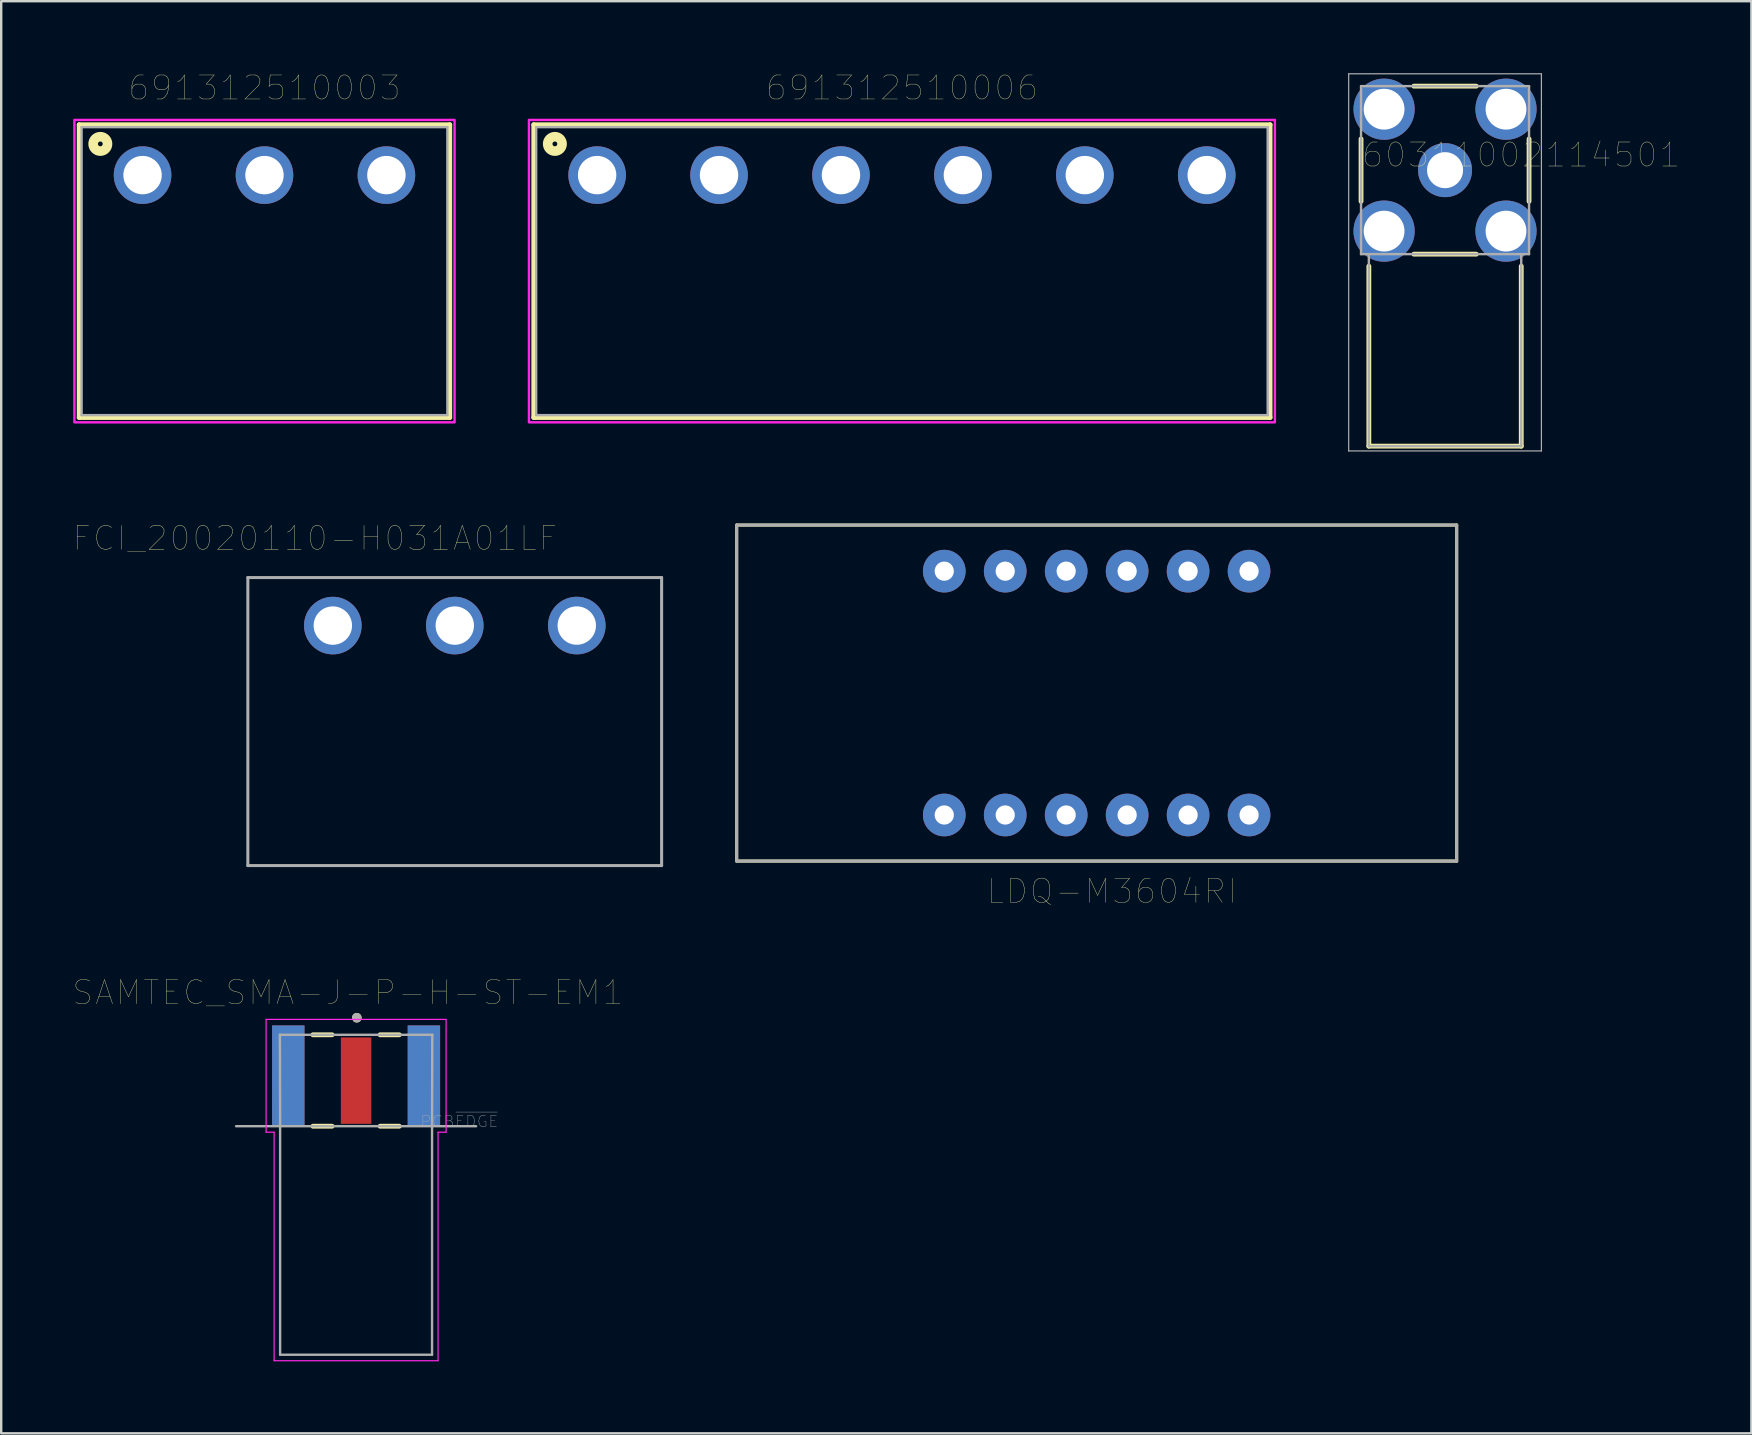
<source format=kicad_pcb>
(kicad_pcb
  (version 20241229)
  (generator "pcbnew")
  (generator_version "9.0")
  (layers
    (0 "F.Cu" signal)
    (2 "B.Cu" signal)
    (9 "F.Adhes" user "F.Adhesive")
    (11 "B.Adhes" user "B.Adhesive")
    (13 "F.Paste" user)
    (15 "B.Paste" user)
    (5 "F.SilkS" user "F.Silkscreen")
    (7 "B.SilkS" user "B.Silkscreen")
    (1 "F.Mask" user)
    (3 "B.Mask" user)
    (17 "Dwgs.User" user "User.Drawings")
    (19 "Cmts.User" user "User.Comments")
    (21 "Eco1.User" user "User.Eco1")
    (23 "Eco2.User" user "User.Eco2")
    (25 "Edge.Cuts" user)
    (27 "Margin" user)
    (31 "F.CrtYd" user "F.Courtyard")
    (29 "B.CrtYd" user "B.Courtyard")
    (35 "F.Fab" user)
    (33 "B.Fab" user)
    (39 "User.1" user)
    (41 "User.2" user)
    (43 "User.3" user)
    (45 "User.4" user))
  (footprint "LDQ-M3604RI"
    (layer "F.Cu")
    (at 42.644 25.828)
    (property "Reference" "LDQ-M3604RI" (at 0.635 8.255 0) (layer "F.SilkS") (effects (font (size 1 1) (thickness 0.015))))
    (attr through_hole)
    (fp_line (start -15 -7) (end -15 7) (stroke (width 0.127) (type solid)) (layer "F.SilkS"))
    (fp_line (start -15 -7) (end 15 -7) (stroke (width 0.127) (type solid)) (layer "F.SilkS"))
    (fp_line (start -15 7) (end 15 7) (stroke (width 0.127) (type solid)) (layer "F.SilkS"))
    (fp_line (start 15 -7) (end 15 7) (stroke (width 0.127) (type solid)) (layer "F.SilkS"))
    (fp_line (start -15 -7) (end -15 7) (stroke (width 0.127) (type solid)) (layer "F.Fab"))
    (fp_line (start -15 -7) (end 15 -7) (stroke (width 0.127) (type solid)) (layer "F.Fab"))
    (fp_line (start -15 7) (end 15 7) (stroke (width 0.127) (type solid)) (layer "F.Fab"))
    (fp_line (start 15 -7) (end 15 7) (stroke (width 0.127) (type solid)) (layer "F.Fab"))
    (pad "1" thru_hole circle (at -6.35 5.08) (size 1.778 1.778) (drill 0.8) (layers "*.Cu" "*.Mask"))
    (pad "2" thru_hole circle (at -3.81 5.08) (size 1.778 1.778) (drill 0.8) (layers "*.Cu" "*.Mask"))
    (pad "3" thru_hole circle (at -1.27 5.08) (size 1.778 1.778) (drill 0.8) (layers "*.Cu" "*.Mask"))
    (pad "4" thru_hole circle (at 1.27 5.08) (size 1.778 1.778) (drill 0.8) (layers "*.Cu" "*.Mask"))
    (pad "5" thru_hole circle (at 3.81 5.08) (size 1.778 1.778) (drill 0.8) (layers "*.Cu" "*.Mask"))
    (pad "6" thru_hole circle (at 6.35 5.08) (size 1.778 1.778) (drill 0.8) (layers "*.Cu" "*.Mask"))
    (pad "7" thru_hole circle (at 6.35 -5.08) (size 1.778 1.778) (drill 0.8) (layers "*.Cu" "*.Mask"))
    (pad "8" thru_hole circle (at 3.81 -5.08) (size 1.778 1.778) (drill 0.8) (layers "*.Cu" "*.Mask"))
    (pad "9" thru_hole circle (at 1.27 -5.08) (size 1.778 1.778) (drill 0.8) (layers "*.Cu" "*.Mask"))
    (pad "10" thru_hole circle (at -1.27 -5.08) (size 1.778 1.778) (drill 0.8) (layers "*.Cu" "*.Mask"))
    (pad "11" thru_hole circle (at -3.81 -5.08) (size 1.778 1.778) (drill 0.8) (layers "*.Cu" "*.Mask"))
    (pad "12" thru_hole circle (at -6.35 -5.08) (size 1.778 1.778) (drill 0.8) (layers "*.Cu" "*.Mask")))
  (footprint "60311002114501"
    (layer "F.Cu")
    (at 57.16 4.04)
    (property "Reference" "60311002114501" (at 3.175 -0.635 0) (layer "F.SilkS") (effects (font (size 1 1) (thickness 0.015))))
    (attr through_hole)
    (fp_line (start -3.5 1.3) (end -3.5 -1.3) (stroke (width 0.2) (type solid)) (layer "F.SilkS"))
    (fp_line (start -3.175 11.5) (end -3.175 4) (stroke (width 0.2) (type solid)) (layer "F.SilkS"))
    (fp_line (start -3.175 11.5) (end 3.175 11.5) (stroke (width 0.2) (type solid)) (layer "F.SilkS"))
    (fp_line (start -1.3 -3.5) (end 1.3 -3.5) (stroke (width 0.2) (type solid)) (layer "F.SilkS"))
    (fp_line (start -1.3 3.5) (end 1.3 3.5) (stroke (width 0.2) (type solid)) (layer "F.SilkS"))
    (fp_line (start 3.175 11.5) (end 3.175 4) (stroke (width 0.2) (type solid)) (layer "F.SilkS"))
    (fp_line (start 3.5 1.3) (end 3.5 -1.3) (stroke (width 0.2) (type solid)) (layer "F.SilkS"))
    (fp_line (start -4.015 -4.015) (end 4.015 -4.015) (stroke (width 0.05) (type solid)) (layer "F.Fab"))
    (fp_line (start -4.015 11.7) (end -4.015 -4.015) (stroke (width 0.05) (type solid)) (layer "F.Fab"))
    (fp_line (start -4.015 11.7) (end 4.015 11.7) (stroke (width 0.05) (type solid)) (layer "F.Fab"))
    (fp_line (start -3.5 -3.5) (end 3.5 -3.5) (stroke (width 0.1) (type solid)) (layer "F.Fab"))
    (fp_line (start -3.5 3.5) (end -3.5 -3.5) (stroke (width 0.1) (type solid)) (layer "F.Fab"))
    (fp_line (start -3.5 3.5) (end 3.5 3.5) (stroke (width 0.1) (type solid)) (layer "F.Fab"))
    (fp_line (start -3.175 11.5) (end -3.175 3.5) (stroke (width 0.1) (type solid)) (layer "F.Fab"))
    (fp_line (start -3.175 11.5) (end 3.175 11.5) (stroke (width 0.1) (type solid)) (layer "F.Fab"))
    (fp_line (start -0.5 0) (end 0.5 0) (stroke (width 0.05) (type solid)) (layer "F.Fab"))
    (fp_line (start 0 0.5) (end 0 -0.5) (stroke (width 0.05) (type solid)) (layer "F.Fab"))
    (fp_line (start 3.175 11.5) (end 3.175 3.5) (stroke (width 0.1) (type solid)) (layer "F.Fab"))
    (fp_line (start 3.5 3.5) (end 3.5 -3.5) (stroke (width 0.1) (type solid)) (layer "F.Fab"))
    (fp_line (start 4.015 11.7) (end 4.015 -4.015) (stroke (width 0.05) (type solid)) (layer "F.Fab"))
    (pad "1" thru_hole circle (at 0 0) (size 2.25 2.25) (drill 1.5) (layers "*.Cu" "*.Mask"))
    (pad "2" thru_hole circle (at -2.54 -2.54) (size 2.55 2.55) (drill 1.7) (layers "*.Cu" "*.Mask"))
    (pad "3" thru_hole circle (at 2.54 -2.54) (size 2.55 2.55) (drill 1.7) (layers "*.Cu" "*.Mask"))
    (pad "4" thru_hole circle (at 2.54 2.54) (size 2.55 2.55) (drill 1.7) (layers "*.Cu" "*.Mask"))
    (pad "5" thru_hole circle (at -2.54 2.54) (size 2.55 2.55) (drill 1.7) (layers "*.Cu" "*.Mask")))
  (footprint "SAMTEC_SMA-J-P-H-ST-EM1"
    (layer "F.Cu")
    (at 11.787 41.976)
    (property "Reference" "SAMTEC_SMA-J-P-H-ST-EM1" (at -0.341 -3.67 0) (layer "F.SilkS") (effects (font (size 1 1) (thickness 0.015))))
    (attr through_hole)
    (fp_line (start -1.8 -1.91) (end -1 -1.91) (stroke (width 0.2) (type solid)) (layer "F.SilkS"))
    (fp_line (start -1.8 1.9) (end -1 1.9) (stroke (width 0.2) (type solid)) (layer "F.SilkS"))
    (fp_line (start 1 -1.91) (end 1.8 -1.91) (stroke (width 0.2) (type solid)) (layer "F.SilkS"))
    (fp_line (start 1 1.9) (end 1.8 1.9) (stroke (width 0.2) (type solid)) (layer "F.SilkS"))
    (fp_circle (center 0.03 -2.62) (end 0.13 -2.62) (stroke (width 0.2) (type solid)) (fill no) (layer "F.SilkS"))
    (fp_line (start -3.75 -2.55) (end 3.75 -2.55) (stroke (width 0.05) (type solid)) (layer "F.CrtYd"))
    (fp_line (start -3.75 2.15) (end -3.75 -2.55) (stroke (width 0.05) (type solid)) (layer "F.CrtYd"))
    (fp_line (start -3.415 2.15) (end -3.75 2.15) (stroke (width 0.05) (type solid)) (layer "F.CrtYd"))
    (fp_line (start -3.415 11.67) (end -3.415 2.15) (stroke (width 0.05) (type solid)) (layer "F.CrtYd"))
    (fp_line (start 3.415 2.15) (end 3.415 11.67) (stroke (width 0.05) (type solid)) (layer "F.CrtYd"))
    (fp_line (start 3.415 11.67) (end -3.415 11.67) (stroke (width 0.05) (type solid)) (layer "F.CrtYd"))
    (fp_line (start 3.75 -2.55) (end 3.75 2.15) (stroke (width 0.05) (type solid)) (layer "F.CrtYd"))
    (fp_line (start 3.75 2.15) (end 3.415 2.15) (stroke (width 0.05) (type solid)) (layer "F.CrtYd"))
    (fp_line (start -5 1.9) (end -3.165 1.9) (stroke (width 0.1) (type solid)) (layer "F.Fab"))
    (fp_line (start -3.175 -1.91) (end 3.175 -1.91) (stroke (width 0.1) (type solid)) (layer "F.Fab"))
    (fp_line (start -3.165 1.9) (end -3.175 -1.91) (stroke (width 0.1) (type solid)) (layer "F.Fab"))
    (fp_line (start -3.165 1.9) (end 3.165 1.9) (stroke (width 0.1) (type solid)) (layer "F.Fab"))
    (fp_line (start -3.165 11.42) (end -3.165 1.9) (stroke (width 0.1) (type solid)) (layer "F.Fab"))
    (fp_line (start 3.165 1.9) (end 3.165 11.42) (stroke (width 0.1) (type solid)) (layer "F.Fab"))
    (fp_line (start 3.165 1.9) (end 5 1.9) (stroke (width 0.1) (type solid)) (layer "F.Fab"))
    (fp_line (start 3.165 11.42) (end -3.165 11.42) (stroke (width 0.1) (type solid)) (layer "F.Fab"))
    (fp_line (start 3.175 -1.91) (end 3.165 1.9) (stroke (width 0.1) (type solid)) (layer "F.Fab"))
    (fp_circle (center 0.03 -2.62) (end 0.13 -2.62) (stroke (width 0.2) (type solid)) (fill no) (layer "F.Fab"))
    (fp_text user "PCB~{EDGE}" (at 4.304 1.702 0) (layer "F.Fab") (effects (font (size 0.48 0.48) (thickness 0.015))))
    (pad "1" smd rect (at 0 0) (size 1.27 3.6) (layers "F.Cu" "F.Mask" "F.Paste"))
    (pad "2_1" smd rect (at -2.825 -0.2) (size 1.35 4.2) (layers "F.Cu" "F.Mask" "F.Paste"))
    (pad "2_2" smd rect (at -2.825 -0.2) (size 1.35 4.2) (layers "B.Cu" "B.Mask" "B.Paste"))
    (pad "3_1" smd rect (at 2.825 -0.2) (size 1.35 4.2) (layers "F.Cu" "F.Mask" "F.Paste"))
    (pad "3_2" smd rect (at 2.825 -0.2) (size 1.35 4.2) (layers "B.Cu" "B.Mask" "B.Paste")))
  (footprint "691312510003"
    (layer "F.Cu")
    (at 7.97 4.246)
    (property "Reference" "691312510003" (at 0 -3.635 0) (layer "F.SilkS") (effects (font (size 1 1) (thickness 0.015))))
    (attr through_hole)
    (fp_line (start -7.72 -2.1) (end -7.72 10.1) (stroke (width 0.2) (type solid)) (layer "F.SilkS"))
    (fp_line (start -7.72 -2.1) (end 7.72 -2.1) (stroke (width 0.2) (type solid)) (layer "F.SilkS"))
    (fp_line (start -7.72 10.1) (end 7.72 10.1) (stroke (width 0.2) (type solid)) (layer "F.SilkS"))
    (fp_line (start 7.72 -2.1) (end 7.72 10.1) (stroke (width 0.2) (type solid)) (layer "F.SilkS"))
    (fp_circle (center -6.84 -1.3) (end -6.74 -1.3) (stroke (width 0.4) (type solid)) (fill no) (layer "F.SilkS"))
    (fp_poly (pts (xy -7.92 -2.3) (xy 7.92 -2.3) (xy 7.92 10.3) (xy -7.92 10.3)) (stroke (width 0.1) (type solid)) (fill no) (layer "F.CrtYd"))
    (fp_line (start -7.62 -2) (end -7.62 10) (stroke (width 0.1) (type solid)) (layer "F.Fab"))
    (fp_line (start -7.62 10) (end 7.62 10) (stroke (width 0.1) (type solid)) (layer "F.Fab"))
    (fp_line (start 7.62 -2) (end -7.62 -2) (stroke (width 0.1) (type solid)) (layer "F.Fab"))
    (fp_line (start 7.62 10) (end 7.62 -2) (stroke (width 0.1) (type solid)) (layer "F.Fab"))
    (pad "1" thru_hole circle (at -5.08 0) (size 2.4 2.4) (drill 1.6) (layers "*.Cu" "*.Mask"))
    (pad "2" thru_hole circle (at 0 0) (size 2.4 2.4) (drill 1.6) (layers "*.Cu" "*.Mask"))
    (pad "3" thru_hole circle (at 5.08 0) (size 2.4 2.4) (drill 1.6) (layers "*.Cu" "*.Mask")))
  (footprint "FCI_20020110-H031A01LF"
    (layer "F.Cu")
    (at 15.897 27.015)
    (property "Reference" "FCI_20020110-H031A01LF" (at -5.827 -7.638 0) (layer "F.SilkS") (effects (font (size 1 1) (thickness 0.015))))
    (attr through_hole)
    (fp_line (start -8.62 -6) (end -8.62 6) (stroke (width 0.127) (type solid)) (layer "F.Fab"))
    (fp_line (start -8.62 6) (end 8.62 6) (stroke (width 0.127) (type solid)) (layer "F.Fab"))
    (fp_line (start 8.62 -6) (end -8.62 -6) (stroke (width 0.127) (type solid)) (layer "F.Fab"))
    (fp_line (start 8.62 6) (end 8.62 -6) (stroke (width 0.127) (type solid)) (layer "F.Fab"))
    (pad "1" thru_hole circle (at -5.079 -3.999) (size 2.4 2.4) (drill 1.6) (layers "*.Cu" "*.Mask"))
    (pad "2" thru_hole circle (at 0.002 -3.999) (size 2.4 2.4) (drill 1.6) (layers "*.Cu" "*.Mask"))
    (pad "3" thru_hole circle (at 5.085 -4) (size 2.4 2.4) (drill 1.6) (layers "*.Cu" "*.Mask")))
  (footprint "691312510006"
    (layer "F.Cu")
    (at 34.53 4.246)
    (property "Reference" "691312510006" (at 0 -3.635 0) (layer "F.SilkS") (effects (font (size 1 1) (thickness 0.015))))
    (attr through_hole)
    (fp_line (start -15.34 -2.1) (end -15.34 10.1) (stroke (width 0.2) (type solid)) (layer "F.SilkS"))
    (fp_line (start -15.34 -2.1) (end 15.34 -2.1) (stroke (width 0.2) (type solid)) (layer "F.SilkS"))
    (fp_line (start -15.34 10.1) (end 15.34 10.1) (stroke (width 0.2) (type solid)) (layer "F.SilkS"))
    (fp_line (start 15.34 -2.1) (end 15.34 10.1) (stroke (width 0.2) (type solid)) (layer "F.SilkS"))
    (fp_circle (center -14.46 -1.3) (end -14.36 -1.3) (stroke (width 0.4) (type solid)) (fill no) (layer "F.SilkS"))
    (fp_poly (pts (xy -15.54 -2.3) (xy 15.54 -2.3) (xy 15.54 10.3) (xy -15.54 10.3)) (stroke (width 0.1) (type solid)) (fill no) (layer "F.CrtYd"))
    (fp_line (start -15.24 -2) (end -15.24 10) (stroke (width 0.1) (type solid)) (layer "F.Fab"))
    (fp_line (start -15.24 10) (end 15.24 10) (stroke (width 0.1) (type solid)) (layer "F.Fab"))
    (fp_line (start 15.24 -2) (end -15.24 -2) (stroke (width 0.1) (type solid)) (layer "F.Fab"))
    (fp_line (start 15.24 10) (end 15.24 -2) (stroke (width 0.1) (type solid)) (layer "F.Fab"))
    (pad "1" thru_hole circle (at -12.7 0) (size 2.4 2.4) (drill 1.6) (layers "*.Cu" "*.Mask"))
    (pad "2" thru_hole circle (at -7.62 0) (size 2.4 2.4) (drill 1.6) (layers "*.Cu" "*.Mask"))
    (pad "3" thru_hole circle (at -2.54 0) (size 2.4 2.4) (drill 1.6) (layers "*.Cu" "*.Mask"))
    (pad "4" thru_hole circle (at 2.54 0) (size 2.4 2.4) (drill 1.6) (layers "*.Cu" "*.Mask"))
    (pad "5" thru_hole circle (at 7.62 0) (size 2.4 2.4) (drill 1.6) (layers "*.Cu" "*.Mask"))
    (pad "6" thru_hole circle (at 12.7 0) (size 2.4 2.4) (drill 1.6) (layers "*.Cu" "*.Mask")))
  (gr_rect
    (start -3 -3)
    (end 69.924 56.671)
    (stroke (width 0.1) (type default))
    (fill no)
    (layer "Edge.Cuts")))
</source>
